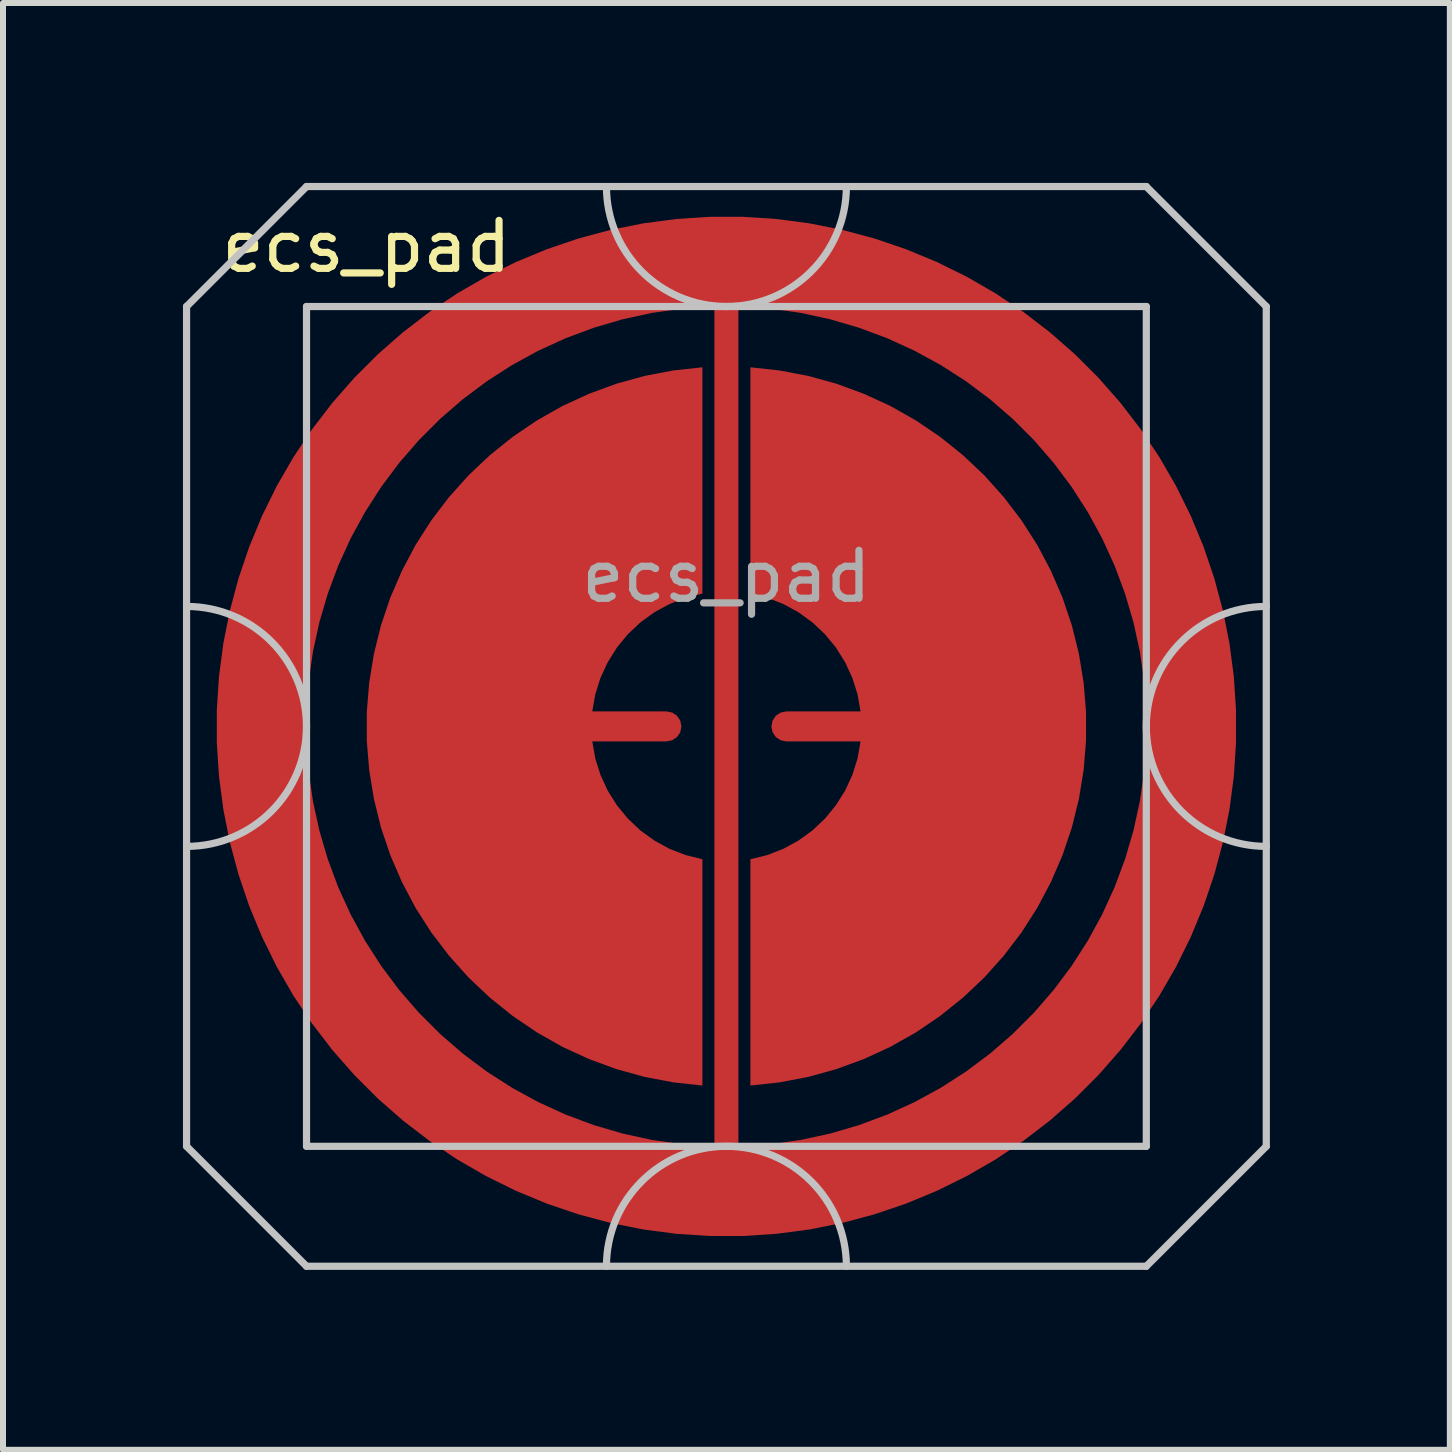
<source format=kicad_pcb>
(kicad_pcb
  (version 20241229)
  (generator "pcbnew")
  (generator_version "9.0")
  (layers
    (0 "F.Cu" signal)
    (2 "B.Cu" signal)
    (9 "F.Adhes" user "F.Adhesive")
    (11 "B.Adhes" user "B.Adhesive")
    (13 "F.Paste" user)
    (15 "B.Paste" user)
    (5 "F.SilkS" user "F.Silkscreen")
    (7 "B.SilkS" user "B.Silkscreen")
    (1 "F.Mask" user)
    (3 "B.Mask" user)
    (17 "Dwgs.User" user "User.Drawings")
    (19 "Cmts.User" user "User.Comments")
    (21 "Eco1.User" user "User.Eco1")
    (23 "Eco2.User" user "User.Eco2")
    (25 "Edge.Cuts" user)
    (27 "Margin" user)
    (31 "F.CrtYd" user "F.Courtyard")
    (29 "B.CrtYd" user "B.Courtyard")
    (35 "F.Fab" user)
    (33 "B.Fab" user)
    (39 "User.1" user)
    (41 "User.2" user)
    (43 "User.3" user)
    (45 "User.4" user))
  (footprint "ecs_pad"
    (layer "F.Cu")
    (at 9.06 9.06)
    (property "Reference" "ecs_pad" (at -6 -8 0) (layer "F.SilkS") (effects (font (size 0.8 0.8) (thickness 0.12))))
    (attr smd)
    (fp_line (start -9 -7) (end -9 -2) (stroke (width 0.12) (type solid)) (layer "Dwgs.User"))
    (fp_line (start -9 -2) (end -9 2) (stroke (width 0.12) (type solid)) (layer "Dwgs.User"))
    (fp_line (start -9 2) (end -9 7) (stroke (width 0.12) (type solid)) (layer "Dwgs.User"))
    (fp_line (start -9 7) (end -7 9) (stroke (width 0.12) (type solid)) (layer "Dwgs.User"))
    (fp_line (start -7 -9) (end -9 -7) (stroke (width 0.12) (type solid)) (layer "Dwgs.User"))
    (fp_line (start -7 -7) (end -7 7) (stroke (width 0.12) (type solid)) (layer "Dwgs.User"))
    (fp_line (start -7 7) (end 7 7) (stroke (width 0.12) (type solid)) (layer "Dwgs.User"))
    (fp_line (start -7 9) (end 7 9) (stroke (width 0.12) (type solid)) (layer "Dwgs.User"))
    (fp_line (start 7 -9) (end -7 -9) (stroke (width 0.12) (type solid)) (layer "Dwgs.User"))
    (fp_line (start 7 -9) (end 9 -7) (stroke (width 0.12) (type solid)) (layer "Dwgs.User"))
    (fp_line (start 7 -7) (end -7 -7) (stroke (width 0.12) (type solid)) (layer "Dwgs.User"))
    (fp_line (start 7 7) (end 7 -7) (stroke (width 0.12) (type solid)) (layer "Dwgs.User"))
    (fp_line (start 7 9) (end 9 7) (stroke (width 0.12) (type solid)) (layer "Dwgs.User"))
    (fp_line (start 9 -2) (end 9 -7) (stroke (width 0.12) (type solid)) (layer "Dwgs.User"))
    (fp_line (start 9 -2) (end 9 2) (stroke (width 0.12) (type solid)) (layer "Dwgs.User"))
    (fp_line (start 9 7) (end 9 2) (stroke (width 0.12) (type solid)) (layer "Dwgs.User"))
    (fp_arc (start -9 -2) (mid -7 0) (end -9 2) (stroke (width 0.12) (type solid)) (layer "Dwgs.User"))
    (fp_arc (start -2 9) (mid 0 7) (end 2 9) (stroke (width 0.12) (type solid)) (layer "Dwgs.User"))
    (fp_arc (start 2 -9) (mid 0 -7) (end -2 -9) (stroke (width 0.12) (type solid)) (layer "Dwgs.User"))
    (fp_arc (start 9 2) (mid 7 0) (end 9 -2) (stroke (width 0.12) (type solid)) (layer "Dwgs.User"))
    (fp_circle (center 0 0) (end 6.553 0) (stroke (width 0.12) (type solid)) (fill no) (layer "User.3"))
    (fp_text user "${REFERENCE}" (at 0 -2.5 0) (layer "F.Fab") (effects (font (size 0.8 0.8) (thickness 0.12))))
    (pad "1" smd custom (at -1 0) (size 0.4 0.4) (layers "F.Cu") (options (anchor circle)) (primitives (gr_poly (pts (xy 0.6 -2.214) (xy 0.32 -2.145) (xy 0.052 -2.041) (xy -0.201 -1.903) (xy -0.434 -1.734) (xy -0.644 -1.536) (xy -0.826 -1.314) (xy -0.979 -1.07) (xy -1.1 -0.808) (xy -1.186 -0.534) (xy -1.236 -0.25) (xy 0 -0.25) (xy 0.096 -0.231) (xy 0.177 -0.177) (xy 0.231 -0.096) (xy 0.25 0) (xy 0.231 0.096) (xy 0.177 0.177) (xy 0.096 0.231) (xy 0 0.25) (xy -1.236 0.25) (xy -1.186 0.534) (xy -1.1 0.808) (xy -0.979 1.07) (xy -0.826 1.314) (xy -0.644 1.536) (xy -0.434 1.734) (xy -0.201 1.903) (xy 0.052 2.041) (xy 0.32 2.145) (xy 0.6 2.214) (xy 0.6 5.987) (xy 0.115 5.934) (xy -0.364 5.843) (xy -0.834 5.713) (xy -1.292 5.545) (xy -1.735 5.341) (xy -2.159 5.101) (xy -2.563 4.827) (xy -2.943 4.522) (xy -3.298 4.187) (xy -3.623 3.824) (xy -3.919 3.436) (xy -4.182 3.025) (xy -4.41 2.594) (xy -4.603 2.147) (xy -4.759 1.684) (xy -4.876 1.211) (xy -4.955 0.73) (xy -4.995 0.244) (xy -4.995 -0.244) (xy -4.955 -0.73) (xy -4.876 -1.211) (xy -4.759 -1.684) (xy -4.603 -2.147) (xy -4.41 -2.594) (xy -4.182 -3.025) (xy -3.919 -3.436) (xy -3.623 -3.824) (xy -3.298 -4.187) (xy -2.943 -4.522) (xy -2.563 -4.827) (xy -2.159 -5.101) (xy -1.735 -5.341) (xy -1.292 -5.545) (xy -0.834 -5.713) (xy -0.364 -5.843) (xy 0.115 -5.934) (xy 0.6 -5.987)) (width 0) (fill yes))))
    (pad "2" smd custom (at 1 0 180) (size 0.4 0.4) (layers "F.Cu") (options (anchor circle)) (primitives (gr_poly (pts (xy 0.6 -2.214) (xy 0.32 -2.145) (xy 0.052 -2.041) (xy -0.201 -1.903) (xy -0.434 -1.734) (xy -0.644 -1.536) (xy -0.826 -1.314) (xy -0.979 -1.07) (xy -1.1 -0.808) (xy -1.186 -0.534) (xy -1.236 -0.25) (xy 0 -0.25) (xy 0.096 -0.231) (xy 0.177 -0.177) (xy 0.231 -0.096) (xy 0.25 0) (xy 0.231 0.096) (xy 0.177 0.177) (xy 0.096 0.231) (xy 0 0.25) (xy -1.236 0.25) (xy -1.186 0.534) (xy -1.1 0.808) (xy -0.979 1.07) (xy -0.826 1.314) (xy -0.644 1.536) (xy -0.434 1.734) (xy -0.201 1.903) (xy 0.052 2.041) (xy 0.32 2.145) (xy 0.6 2.214) (xy 0.6 5.987) (xy 0.115 5.934) (xy -0.364 5.843) (xy -0.834 5.713) (xy -1.292 5.545) (xy -1.735 5.341) (xy -2.159 5.101) (xy -2.563 4.827) (xy -2.943 4.522) (xy -3.298 4.187) (xy -3.623 3.824) (xy -3.919 3.436) (xy -4.182 3.025) (xy -4.41 2.594) (xy -4.603 2.147) (xy -4.759 1.684) (xy -4.876 1.211) (xy -4.955 0.73) (xy -4.995 0.244) (xy -4.995 -0.244) (xy -4.955 -0.73) (xy -4.876 -1.211) (xy -4.759 -1.684) (xy -4.603 -2.147) (xy -4.41 -2.594) (xy -4.182 -3.025) (xy -3.919 -3.436) (xy -3.623 -3.824) (xy -3.298 -4.187) (xy -2.943 -4.522) (xy -2.563 -4.827) (xy -2.159 -5.101) (xy -1.735 -5.341) (xy -1.292 -5.545) (xy -0.834 -5.713) (xy -0.364 -5.843) (xy 0.115 -5.934) (xy 0.6 -5.987)) (width 0) (fill yes))))
    (pad "3" smd custom (at 8 0) (size 0.5 0.5) (layers "F.Cu") (options (anchor rect)) (primitives (gr_circle (center -8 0) (end -0.25 0) (width 1.5) (fill no)) (gr_line (start -8 8) (end -8 -8) (width 0.4))))
    (zone (net_name "") (layer "B.Cu") (hatch edge 0.508) (connect_pads) (min_thickness 0.254) (filled_areas_thickness no) (keepout (tracks allowed) (vias allowed) (pads allowed) (copperpour not_allowed) (footprints allowed)) (placement (enabled no)) (fill) (polygon (pts (xy 15.618 9.06) (xy 15.598 8.545) (xy 15.538 8.034) (xy 15.437 7.529) (xy 15.297 7.033) (xy 15.119 6.55) (xy 14.903 6.083) (xy 14.652 5.633) (xy 14.366 5.205) (xy 14.047 4.801) (xy 13.697 4.423) (xy 13.319 4.073) (xy 12.915 3.754) (xy 12.487 3.468) (xy 12.037 3.217) (xy 11.57 3.001) (xy 11.087 2.823) (xy 10.591 2.683) (xy 10.086 2.582) (xy 9.575 2.522) (xy 9.06 2.502) (xy 8.545 2.522) (xy 8.034 2.582) (xy 7.529 2.683) (xy 7.033 2.823) (xy 6.55 3.001) (xy 6.083 3.217) (xy 5.633 3.468) (xy 5.205 3.754) (xy 4.801 4.073) (xy 4.423 4.423) (xy 4.073 4.801) (xy 3.754 5.205) (xy 3.468 5.633) (xy 3.217 6.083) (xy 3.001 6.55) (xy 2.823 7.033) (xy 2.683 7.529) (xy 2.582 8.034) (xy 2.522 8.545) (xy 2.502 9.06) (xy 2.522 9.575) (xy 2.582 10.086) (xy 2.683 10.591) (xy 2.823 11.087) (xy 3.001 11.57) (xy 3.217 12.037) (xy 3.468 12.487) (xy 3.754 12.915) (xy 4.073 13.319) (xy 4.423 13.697) (xy 4.801 14.047) (xy 5.205 14.366) (xy 5.633 14.652) (xy 6.083 14.903) (xy 6.55 15.119) (xy 7.033 15.297) (xy 7.529 15.437) (xy 8.034 15.538) (xy 8.545 15.598) (xy 9.06 15.618) (xy 9.575 15.598) (xy 10.086 15.538) (xy 10.591 15.437) (xy 11.087 15.297) (xy 11.57 15.119) (xy 12.037 14.903) (xy 12.487 14.652) (xy 12.915 14.366) (xy 13.319 14.047) (xy 13.697 13.697) (xy 14.047 13.319) (xy 14.366 12.915) (xy 14.652 12.487) (xy 14.903 12.037) (xy 15.119 11.57) (xy 15.297 11.087) (xy 15.437 10.591) (xy 15.538 10.086) (xy 15.598 9.575)))))
  (gr_rect
    (start -3 -3)
    (end 21.12 21.12)
    (stroke (width 0.1) (type default))
    (fill no)
    (layer "Edge.Cuts")))
</source>
